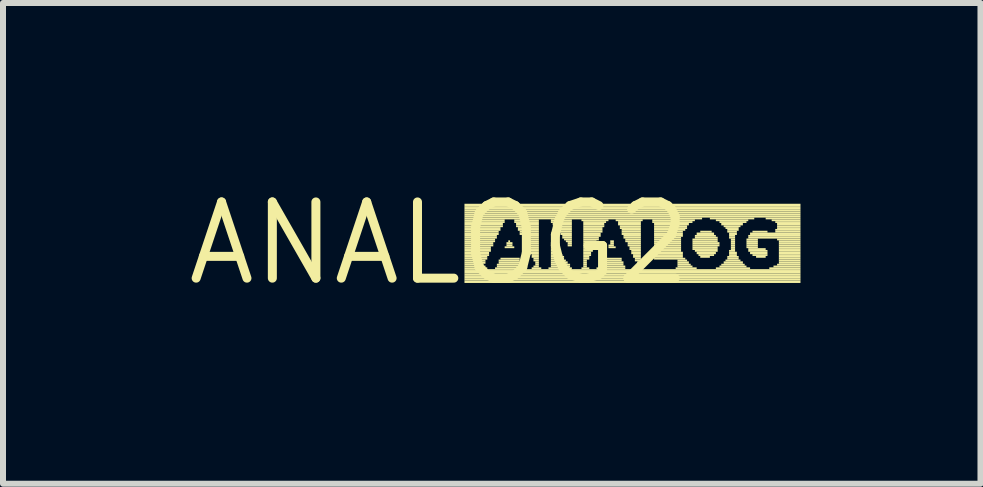
<source format=kicad_pcb>
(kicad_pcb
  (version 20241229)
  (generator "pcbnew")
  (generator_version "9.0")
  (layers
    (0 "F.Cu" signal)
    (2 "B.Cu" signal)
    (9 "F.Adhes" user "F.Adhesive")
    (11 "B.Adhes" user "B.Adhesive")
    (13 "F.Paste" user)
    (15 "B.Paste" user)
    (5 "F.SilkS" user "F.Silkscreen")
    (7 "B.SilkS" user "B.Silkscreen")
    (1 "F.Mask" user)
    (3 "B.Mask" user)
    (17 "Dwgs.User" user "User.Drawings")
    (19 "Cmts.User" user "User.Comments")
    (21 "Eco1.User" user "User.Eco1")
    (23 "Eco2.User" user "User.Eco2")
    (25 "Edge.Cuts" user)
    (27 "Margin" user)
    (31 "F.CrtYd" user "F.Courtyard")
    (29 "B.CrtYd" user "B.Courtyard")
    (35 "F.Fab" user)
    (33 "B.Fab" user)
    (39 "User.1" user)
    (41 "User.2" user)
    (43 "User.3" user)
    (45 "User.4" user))
  (footprint "ANALOG2"
    (layer "F.Cu")
    (at 4.271 1.006)
    (property "Reference" "ANALOG2" (at 0 0 0) (layer "F.SilkS") (effects (font (size 1.27 1.27) (thickness 0.15))))
    (fp_poly (pts (xy 0.42 -0.62) (xy 6.02 -0.62) (xy 6.02 -0.66) (xy 0.42 -0.66)) (stroke (width 0) (type default)) (fill yes) (layer "F.SilkS"))
    (fp_poly (pts (xy 0.42 -0.59) (xy 6.02 -0.59) (xy 6.02 -0.62) (xy 0.42 -0.62)) (stroke (width 0) (type default)) (fill yes) (layer "F.SilkS"))
    (fp_poly (pts (xy 0.42 -0.56) (xy 6.02 -0.56) (xy 6.02 -0.59) (xy 0.42 -0.59)) (stroke (width 0) (type default)) (fill yes) (layer "F.SilkS"))
    (fp_poly (pts (xy 0.42 -0.53) (xy 6.02 -0.53) (xy 6.02 -0.56) (xy 0.42 -0.56)) (stroke (width 0) (type default)) (fill yes) (layer "F.SilkS"))
    (fp_poly (pts (xy 0.42 -0.5) (xy 6.02 -0.5) (xy 6.02 -0.53) (xy 0.42 -0.53)) (stroke (width 0) (type default)) (fill yes) (layer "F.SilkS"))
    (fp_poly (pts (xy 0.42 -0.46) (xy 6.02 -0.46) (xy 6.02 -0.5) (xy 0.42 -0.5)) (stroke (width 0) (type default)) (fill yes) (layer "F.SilkS"))
    (fp_poly (pts (xy 0.42 -0.43) (xy 6.02 -0.43) (xy 6.02 -0.46) (xy 0.42 -0.46)) (stroke (width 0) (type default)) (fill yes) (layer "F.SilkS"))
    (fp_poly (pts (xy 0.42 -0.4) (xy 4.38 -0.4) (xy 4.38 -0.43) (xy 0.42 -0.43)) (stroke (width 0) (type default)) (fill yes) (layer "F.SilkS"))
    (fp_poly (pts (xy 0.42 -0.37) (xy 1.09 -0.37) (xy 1.09 -0.4) (xy 0.42 -0.4)) (stroke (width 0) (type default)) (fill yes) (layer "F.SilkS"))
    (fp_poly (pts (xy 0.42 -0.34) (xy 1.09 -0.34) (xy 1.09 -0.37) (xy 0.42 -0.37)) (stroke (width 0) (type default)) (fill yes) (layer "F.SilkS"))
    (fp_poly (pts (xy 0.42 -0.3) (xy 1.06 -0.3) (xy 1.06 -0.34) (xy 0.42 -0.34)) (stroke (width 0) (type default)) (fill yes) (layer "F.SilkS"))
    (fp_poly (pts (xy 0.42 -0.27) (xy 1.06 -0.27) (xy 1.06 -0.3) (xy 0.42 -0.3)) (stroke (width 0) (type default)) (fill yes) (layer "F.SilkS"))
    (fp_poly (pts (xy 0.42 -0.24) (xy 1.02 -0.24) (xy 1.02 -0.27) (xy 0.42 -0.27)) (stroke (width 0) (type default)) (fill yes) (layer "F.SilkS"))
    (fp_poly (pts (xy 0.42 -0.21) (xy 1.02 -0.21) (xy 1.02 -0.24) (xy 0.42 -0.24)) (stroke (width 0) (type default)) (fill yes) (layer "F.SilkS"))
    (fp_poly (pts (xy 0.42 -0.18) (xy 0.99 -0.18) (xy 0.99 -0.21) (xy 0.42 -0.21)) (stroke (width 0) (type default)) (fill yes) (layer "F.SilkS"))
    (fp_poly (pts (xy 0.42 -0.14) (xy 0.99 -0.14) (xy 0.99 -0.18) (xy 0.42 -0.18)) (stroke (width 0) (type default)) (fill yes) (layer "F.SilkS"))
    (fp_poly (pts (xy 0.42 -0.11) (xy 0.96 -0.11) (xy 0.96 -0.14) (xy 0.42 -0.14)) (stroke (width 0) (type default)) (fill yes) (layer "F.SilkS"))
    (fp_poly (pts (xy 0.42 -0.08) (xy 0.96 -0.08) (xy 0.96 -0.11) (xy 0.42 -0.11)) (stroke (width 0) (type default)) (fill yes) (layer "F.SilkS"))
    (fp_poly (pts (xy 0.42 -0.05) (xy 0.93 -0.05) (xy 0.93 -0.08) (xy 0.42 -0.08)) (stroke (width 0) (type default)) (fill yes) (layer "F.SilkS"))
    (fp_poly (pts (xy 0.42 -0.02) (xy 0.93 -0.02) (xy 0.93 -0.05) (xy 0.42 -0.05)) (stroke (width 0) (type default)) (fill yes) (layer "F.SilkS"))
    (fp_poly (pts (xy 0.42 0.02) (xy 0.9 0.02) (xy 0.9 -0.02) (xy 0.42 -0.02)) (stroke (width 0) (type default)) (fill yes) (layer "F.SilkS"))
    (fp_poly (pts (xy 0.42 0.05) (xy 0.9 0.05) (xy 0.9 0.02) (xy 0.42 0.02)) (stroke (width 0) (type default)) (fill yes) (layer "F.SilkS"))
    (fp_poly (pts (xy 0.42 0.08) (xy 0.86 0.08) (xy 0.86 0.05) (xy 0.42 0.05)) (stroke (width 0) (type default)) (fill yes) (layer "F.SilkS"))
    (fp_poly (pts (xy 0.42 0.11) (xy 0.86 0.11) (xy 0.86 0.08) (xy 0.42 0.08)) (stroke (width 0) (type default)) (fill yes) (layer "F.SilkS"))
    (fp_poly (pts (xy 0.42 0.14) (xy 0.86 0.14) (xy 0.86 0.11) (xy 0.42 0.11)) (stroke (width 0) (type default)) (fill yes) (layer "F.SilkS"))
    (fp_poly (pts (xy 0.42 0.18) (xy 0.83 0.18) (xy 0.83 0.14) (xy 0.42 0.14)) (stroke (width 0) (type default)) (fill yes) (layer "F.SilkS"))
    (fp_poly (pts (xy 0.42 0.21) (xy 0.83 0.21) (xy 0.83 0.18) (xy 0.42 0.18)) (stroke (width 0) (type default)) (fill yes) (layer "F.SilkS"))
    (fp_poly (pts (xy 0.42 0.24) (xy 0.8 0.24) (xy 0.8 0.21) (xy 0.42 0.21)) (stroke (width 0) (type default)) (fill yes) (layer "F.SilkS"))
    (fp_poly (pts (xy 0.42 0.27) (xy 0.8 0.27) (xy 0.8 0.24) (xy 0.42 0.24)) (stroke (width 0) (type default)) (fill yes) (layer "F.SilkS"))
    (fp_poly (pts (xy 0.42 0.3) (xy 0.77 0.3) (xy 0.77 0.27) (xy 0.42 0.27)) (stroke (width 0) (type default)) (fill yes) (layer "F.SilkS"))
    (fp_poly (pts (xy 0.42 0.34) (xy 0.77 0.34) (xy 0.77 0.3) (xy 0.42 0.3)) (stroke (width 0) (type default)) (fill yes) (layer "F.SilkS"))
    (fp_poly (pts (xy 0.42 0.37) (xy 0.74 0.37) (xy 0.74 0.34) (xy 0.42 0.34)) (stroke (width 0) (type default)) (fill yes) (layer "F.SilkS"))
    (fp_poly (pts (xy 0.42 0.4) (xy 0.77 0.4) (xy 0.77 0.37) (xy 0.42 0.37)) (stroke (width 0) (type default)) (fill yes) (layer "F.SilkS"))
    (fp_poly (pts (xy 0.42 0.43) (xy 0.8 0.43) (xy 0.8 0.4) (xy 0.42 0.4)) (stroke (width 0) (type default)) (fill yes) (layer "F.SilkS"))
    (fp_poly (pts (xy 0.42 0.46) (xy 6.02 0.46) (xy 6.02 0.43) (xy 0.42 0.43)) (stroke (width 0) (type default)) (fill yes) (layer "F.SilkS"))
    (fp_poly (pts (xy 0.42 0.5) (xy 6.02 0.5) (xy 6.02 0.46) (xy 0.42 0.46)) (stroke (width 0) (type default)) (fill yes) (layer "F.SilkS"))
    (fp_poly (pts (xy 0.42 0.53) (xy 6.02 0.53) (xy 6.02 0.5) (xy 0.42 0.5)) (stroke (width 0) (type default)) (fill yes) (layer "F.SilkS"))
    (fp_poly (pts (xy 0.42 0.56) (xy 6.02 0.56) (xy 6.02 0.53) (xy 0.42 0.53)) (stroke (width 0) (type default)) (fill yes) (layer "F.SilkS"))
    (fp_poly (pts (xy 0.42 0.59) (xy 6.02 0.59) (xy 6.02 0.56) (xy 0.42 0.56)) (stroke (width 0) (type default)) (fill yes) (layer "F.SilkS"))
    (fp_poly (pts (xy 0.42 0.62) (xy 6.02 0.62) (xy 6.02 0.59) (xy 0.42 0.59)) (stroke (width 0) (type default)) (fill yes) (layer "F.SilkS"))
    (fp_poly (pts (xy 0.42 0.66) (xy 6.02 0.66) (xy 6.02 0.62) (xy 0.42 0.62)) (stroke (width 0) (type default)) (fill yes) (layer "F.SilkS"))
    (fp_poly (pts (xy 0.93 0.43) (xy 1.41 0.43) (xy 1.41 0.4) (xy 0.93 0.4)) (stroke (width 0) (type default)) (fill yes) (layer "F.SilkS"))
    (fp_poly (pts (xy 0.96 0.37) (xy 1.38 0.37) (xy 1.38 0.34) (xy 0.96 0.34)) (stroke (width 0) (type default)) (fill yes) (layer "F.SilkS"))
    (fp_poly (pts (xy 0.96 0.4) (xy 1.41 0.4) (xy 1.41 0.37) (xy 0.96 0.37)) (stroke (width 0) (type default)) (fill yes) (layer "F.SilkS"))
    (fp_poly (pts (xy 0.99 0.3) (xy 1.34 0.3) (xy 1.34 0.27) (xy 0.99 0.27)) (stroke (width 0) (type default)) (fill yes) (layer "F.SilkS"))
    (fp_poly (pts (xy 0.99 0.34) (xy 1.38 0.34) (xy 1.38 0.3) (xy 0.99 0.3)) (stroke (width 0) (type default)) (fill yes) (layer "F.SilkS"))
    (fp_poly (pts (xy 1.02 0.27) (xy 1.34 0.27) (xy 1.34 0.24) (xy 1.02 0.24)) (stroke (width 0) (type default)) (fill yes) (layer "F.SilkS"))
    (fp_poly (pts (xy 1.09 0.08) (xy 1.25 0.08) (xy 1.25 0.05) (xy 1.09 0.05)) (stroke (width 0) (type default)) (fill yes) (layer "F.SilkS"))
    (fp_poly (pts (xy 1.12 0.02) (xy 1.22 0.02) (xy 1.22 -0.02) (xy 1.12 -0.02)) (stroke (width 0) (type default)) (fill yes) (layer "F.SilkS"))
    (fp_poly (pts (xy 1.12 0.05) (xy 1.22 0.05) (xy 1.22 0.02) (xy 1.12 0.02)) (stroke (width 0) (type default)) (fill yes) (layer "F.SilkS"))
    (fp_poly (pts (xy 1.15 -0.02) (xy 1.18 -0.02) (xy 1.18 -0.05) (xy 1.15 -0.05)) (stroke (width 0) (type default)) (fill yes) (layer "F.SilkS"))
    (fp_poly (pts (xy 1.25 -0.37) (xy 1.66 -0.37) (xy 1.66 -0.4) (xy 1.25 -0.4)) (stroke (width 0) (type default)) (fill yes) (layer "F.SilkS"))
    (fp_poly (pts (xy 1.25 -0.34) (xy 1.66 -0.34) (xy 1.66 -0.37) (xy 1.25 -0.37)) (stroke (width 0) (type default)) (fill yes) (layer "F.SilkS"))
    (fp_poly (pts (xy 1.28 -0.3) (xy 1.66 -0.3) (xy 1.66 -0.34) (xy 1.28 -0.34)) (stroke (width 0) (type default)) (fill yes) (layer "F.SilkS"))
    (fp_poly (pts (xy 1.28 -0.27) (xy 1.66 -0.27) (xy 1.66 -0.3) (xy 1.28 -0.3)) (stroke (width 0) (type default)) (fill yes) (layer "F.SilkS"))
    (fp_poly (pts (xy 1.31 -0.24) (xy 1.66 -0.24) (xy 1.66 -0.27) (xy 1.31 -0.27)) (stroke (width 0) (type default)) (fill yes) (layer "F.SilkS"))
    (fp_poly (pts (xy 1.31 -0.21) (xy 1.66 -0.21) (xy 1.66 -0.24) (xy 1.31 -0.24)) (stroke (width 0) (type default)) (fill yes) (layer "F.SilkS"))
    (fp_poly (pts (xy 1.34 -0.18) (xy 1.66 -0.18) (xy 1.66 -0.21) (xy 1.34 -0.21)) (stroke (width 0) (type default)) (fill yes) (layer "F.SilkS"))
    (fp_poly (pts (xy 1.34 -0.14) (xy 1.66 -0.14) (xy 1.66 -0.18) (xy 1.34 -0.18)) (stroke (width 0) (type default)) (fill yes) (layer "F.SilkS"))
    (fp_poly (pts (xy 1.38 -0.11) (xy 1.66 -0.11) (xy 1.66 -0.14) (xy 1.38 -0.14)) (stroke (width 0) (type default)) (fill yes) (layer "F.SilkS"))
    (fp_poly (pts (xy 1.38 -0.08) (xy 1.66 -0.08) (xy 1.66 -0.11) (xy 1.38 -0.11)) (stroke (width 0) (type default)) (fill yes) (layer "F.SilkS"))
    (fp_poly (pts (xy 1.41 -0.05) (xy 1.66 -0.05) (xy 1.66 -0.08) (xy 1.41 -0.08)) (stroke (width 0) (type default)) (fill yes) (layer "F.SilkS"))
    (fp_poly (pts (xy 1.41 -0.02) (xy 1.66 -0.02) (xy 1.66 -0.05) (xy 1.41 -0.05)) (stroke (width 0) (type default)) (fill yes) (layer "F.SilkS"))
    (fp_poly (pts (xy 1.44 0.02) (xy 1.66 0.02) (xy 1.66 -0.02) (xy 1.44 -0.02)) (stroke (width 0) (type default)) (fill yes) (layer "F.SilkS"))
    (fp_poly (pts (xy 1.44 0.05) (xy 1.66 0.05) (xy 1.66 0.02) (xy 1.44 0.02)) (stroke (width 0) (type default)) (fill yes) (layer "F.SilkS"))
    (fp_poly (pts (xy 1.47 0.08) (xy 1.66 0.08) (xy 1.66 0.05) (xy 1.47 0.05)) (stroke (width 0) (type default)) (fill yes) (layer "F.SilkS"))
    (fp_poly (pts (xy 1.47 0.11) (xy 1.66 0.11) (xy 1.66 0.08) (xy 1.47 0.08)) (stroke (width 0) (type default)) (fill yes) (layer "F.SilkS"))
    (fp_poly (pts (xy 1.5 0.14) (xy 1.66 0.14) (xy 1.66 0.11) (xy 1.5 0.11)) (stroke (width 0) (type default)) (fill yes) (layer "F.SilkS"))
    (fp_poly (pts (xy 1.5 0.18) (xy 1.66 0.18) (xy 1.66 0.14) (xy 1.5 0.14)) (stroke (width 0) (type default)) (fill yes) (layer "F.SilkS"))
    (fp_poly (pts (xy 1.54 0.21) (xy 1.66 0.21) (xy 1.66 0.18) (xy 1.54 0.18)) (stroke (width 0) (type default)) (fill yes) (layer "F.SilkS"))
    (fp_poly (pts (xy 1.54 0.24) (xy 1.66 0.24) (xy 1.66 0.21) (xy 1.54 0.21)) (stroke (width 0) (type default)) (fill yes) (layer "F.SilkS"))
    (fp_poly (pts (xy 1.54 0.43) (xy 1.7 0.43) (xy 1.7 0.4) (xy 1.54 0.4)) (stroke (width 0) (type default)) (fill yes) (layer "F.SilkS"))
    (fp_poly (pts (xy 1.57 0.27) (xy 1.66 0.27) (xy 1.66 0.24) (xy 1.57 0.24)) (stroke (width 0) (type default)) (fill yes) (layer "F.SilkS"))
    (fp_poly (pts (xy 1.57 0.3) (xy 1.66 0.3) (xy 1.66 0.27) (xy 1.57 0.27)) (stroke (width 0) (type default)) (fill yes) (layer "F.SilkS"))
    (fp_poly (pts (xy 1.57 0.4) (xy 1.66 0.4) (xy 1.66 0.37) (xy 1.57 0.37)) (stroke (width 0) (type default)) (fill yes) (layer "F.SilkS"))
    (fp_poly (pts (xy 1.6 0.34) (xy 1.66 0.34) (xy 1.66 0.3) (xy 1.6 0.3)) (stroke (width 0) (type default)) (fill yes) (layer "F.SilkS"))
    (fp_poly (pts (xy 1.6 0.37) (xy 1.66 0.37) (xy 1.66 0.34) (xy 1.6 0.34)) (stroke (width 0) (type default)) (fill yes) (layer "F.SilkS"))
    (fp_poly (pts (xy 1.82 0.43) (xy 2.21 0.43) (xy 2.21 0.4) (xy 1.82 0.4)) (stroke (width 0) (type default)) (fill yes) (layer "F.SilkS"))
    (fp_poly (pts (xy 1.86 -0.37) (xy 2.21 -0.37) (xy 2.21 -0.4) (xy 1.86 -0.4)) (stroke (width 0) (type default)) (fill yes) (layer "F.SilkS"))
    (fp_poly (pts (xy 1.86 -0.34) (xy 2.21 -0.34) (xy 2.21 -0.37) (xy 1.86 -0.37)) (stroke (width 0) (type default)) (fill yes) (layer "F.SilkS"))
    (fp_poly (pts (xy 1.86 0.02) (xy 1.89 0.02) (xy 1.89 -0.02) (xy 1.86 -0.02)) (stroke (width 0) (type default)) (fill yes) (layer "F.SilkS"))
    (fp_poly (pts (xy 1.86 0.05) (xy 1.92 0.05) (xy 1.92 0.02) (xy 1.86 0.02)) (stroke (width 0) (type default)) (fill yes) (layer "F.SilkS"))
    (fp_poly (pts (xy 1.86 0.08) (xy 1.95 0.08) (xy 1.95 0.05) (xy 1.86 0.05)) (stroke (width 0) (type default)) (fill yes) (layer "F.SilkS"))
    (fp_poly (pts (xy 1.86 0.11) (xy 1.98 0.11) (xy 1.98 0.08) (xy 1.86 0.08)) (stroke (width 0) (type default)) (fill yes) (layer "F.SilkS"))
    (fp_poly (pts (xy 1.86 0.14) (xy 1.98 0.14) (xy 1.98 0.11) (xy 1.86 0.11)) (stroke (width 0) (type default)) (fill yes) (layer "F.SilkS"))
    (fp_poly (pts (xy 1.86 0.18) (xy 2.02 0.18) (xy 2.02 0.14) (xy 1.86 0.14)) (stroke (width 0) (type default)) (fill yes) (layer "F.SilkS"))
    (fp_poly (pts (xy 1.86 0.21) (xy 2.05 0.21) (xy 2.05 0.18) (xy 1.86 0.18)) (stroke (width 0) (type default)) (fill yes) (layer "F.SilkS"))
    (fp_poly (pts (xy 1.86 0.24) (xy 2.08 0.24) (xy 2.08 0.21) (xy 1.86 0.21)) (stroke (width 0) (type default)) (fill yes) (layer "F.SilkS"))
    (fp_poly (pts (xy 1.86 0.27) (xy 2.08 0.27) (xy 2.08 0.24) (xy 1.86 0.24)) (stroke (width 0) (type default)) (fill yes) (layer "F.SilkS"))
    (fp_poly (pts (xy 1.86 0.3) (xy 2.11 0.3) (xy 2.11 0.27) (xy 1.86 0.27)) (stroke (width 0) (type default)) (fill yes) (layer "F.SilkS"))
    (fp_poly (pts (xy 1.86 0.34) (xy 2.14 0.34) (xy 2.14 0.3) (xy 1.86 0.3)) (stroke (width 0) (type default)) (fill yes) (layer "F.SilkS"))
    (fp_poly (pts (xy 1.86 0.37) (xy 2.18 0.37) (xy 2.18 0.34) (xy 1.86 0.34)) (stroke (width 0) (type default)) (fill yes) (layer "F.SilkS"))
    (fp_poly (pts (xy 1.86 0.4) (xy 2.18 0.4) (xy 2.18 0.37) (xy 1.86 0.37)) (stroke (width 0) (type default)) (fill yes) (layer "F.SilkS"))
    (fp_poly (pts (xy 1.89 -0.3) (xy 2.21 -0.3) (xy 2.21 -0.34) (xy 1.89 -0.34)) (stroke (width 0) (type default)) (fill yes) (layer "F.SilkS"))
    (fp_poly (pts (xy 1.92 -0.27) (xy 2.21 -0.27) (xy 2.21 -0.3) (xy 1.92 -0.3)) (stroke (width 0) (type default)) (fill yes) (layer "F.SilkS"))
    (fp_poly (pts (xy 1.95 -0.24) (xy 2.21 -0.24) (xy 2.21 -0.27) (xy 1.95 -0.27)) (stroke (width 0) (type default)) (fill yes) (layer "F.SilkS"))
    (fp_poly (pts (xy 1.95 -0.21) (xy 2.21 -0.21) (xy 2.21 -0.24) (xy 1.95 -0.24)) (stroke (width 0) (type default)) (fill yes) (layer "F.SilkS"))
    (fp_poly (pts (xy 1.98 -0.18) (xy 2.21 -0.18) (xy 2.21 -0.21) (xy 1.98 -0.21)) (stroke (width 0) (type default)) (fill yes) (layer "F.SilkS"))
    (fp_poly (pts (xy 2.02 -0.14) (xy 2.21 -0.14) (xy 2.21 -0.18) (xy 2.02 -0.18)) (stroke (width 0) (type default)) (fill yes) (layer "F.SilkS"))
    (fp_poly (pts (xy 2.05 -0.11) (xy 2.21 -0.11) (xy 2.21 -0.14) (xy 2.05 -0.14)) (stroke (width 0) (type default)) (fill yes) (layer "F.SilkS"))
    (fp_poly (pts (xy 2.05 -0.08) (xy 2.21 -0.08) (xy 2.21 -0.11) (xy 2.05 -0.11)) (stroke (width 0) (type default)) (fill yes) (layer "F.SilkS"))
    (fp_poly (pts (xy 2.08 -0.05) (xy 2.21 -0.05) (xy 2.21 -0.08) (xy 2.08 -0.08)) (stroke (width 0) (type default)) (fill yes) (layer "F.SilkS"))
    (fp_poly (pts (xy 2.11 -0.02) (xy 2.21 -0.02) (xy 2.21 -0.05) (xy 2.11 -0.05)) (stroke (width 0) (type default)) (fill yes) (layer "F.SilkS"))
    (fp_poly (pts (xy 2.14 0.02) (xy 2.21 0.02) (xy 2.21 -0.02) (xy 2.14 -0.02)) (stroke (width 0) (type default)) (fill yes) (layer "F.SilkS"))
    (fp_poly (pts (xy 2.14 0.05) (xy 2.21 0.05) (xy 2.21 0.02) (xy 2.14 0.02)) (stroke (width 0) (type default)) (fill yes) (layer "F.SilkS"))
    (fp_poly (pts (xy 2.37 -0.37) (xy 2.82 -0.37) (xy 2.82 -0.4) (xy 2.37 -0.4)) (stroke (width 0) (type default)) (fill yes) (layer "F.SilkS"))
    (fp_poly (pts (xy 2.37 0.43) (xy 2.5 0.43) (xy 2.5 0.4) (xy 2.37 0.4)) (stroke (width 0) (type default)) (fill yes) (layer "F.SilkS"))
    (fp_poly (pts (xy 2.4 -0.34) (xy 2.78 -0.34) (xy 2.78 -0.37) (xy 2.4 -0.37)) (stroke (width 0) (type default)) (fill yes) (layer "F.SilkS"))
    (fp_poly (pts (xy 2.4 -0.3) (xy 2.75 -0.3) (xy 2.75 -0.34) (xy 2.4 -0.34)) (stroke (width 0) (type default)) (fill yes) (layer "F.SilkS"))
    (fp_poly (pts (xy 2.4 -0.27) (xy 2.75 -0.27) (xy 2.75 -0.3) (xy 2.4 -0.3)) (stroke (width 0) (type default)) (fill yes) (layer "F.SilkS"))
    (fp_poly (pts (xy 2.4 -0.24) (xy 2.72 -0.24) (xy 2.72 -0.27) (xy 2.4 -0.27)) (stroke (width 0) (type default)) (fill yes) (layer "F.SilkS"))
    (fp_poly (pts (xy 2.4 -0.21) (xy 2.72 -0.21) (xy 2.72 -0.24) (xy 2.4 -0.24)) (stroke (width 0) (type default)) (fill yes) (layer "F.SilkS"))
    (fp_poly (pts (xy 2.4 -0.18) (xy 2.72 -0.18) (xy 2.72 -0.21) (xy 2.4 -0.21)) (stroke (width 0) (type default)) (fill yes) (layer "F.SilkS"))
    (fp_poly (pts (xy 2.4 -0.14) (xy 2.69 -0.14) (xy 2.69 -0.18) (xy 2.4 -0.18)) (stroke (width 0) (type default)) (fill yes) (layer "F.SilkS"))
    (fp_poly (pts (xy 2.4 -0.11) (xy 2.69 -0.11) (xy 2.69 -0.14) (xy 2.4 -0.14)) (stroke (width 0) (type default)) (fill yes) (layer "F.SilkS"))
    (fp_poly (pts (xy 2.4 -0.08) (xy 2.66 -0.08) (xy 2.66 -0.11) (xy 2.4 -0.11)) (stroke (width 0) (type default)) (fill yes) (layer "F.SilkS"))
    (fp_poly (pts (xy 2.4 -0.05) (xy 2.66 -0.05) (xy 2.66 -0.08) (xy 2.4 -0.08)) (stroke (width 0) (type default)) (fill yes) (layer "F.SilkS"))
    (fp_poly (pts (xy 2.4 -0.02) (xy 2.62 -0.02) (xy 2.62 -0.05) (xy 2.4 -0.05)) (stroke (width 0) (type default)) (fill yes) (layer "F.SilkS"))
    (fp_poly (pts (xy 2.4 0.02) (xy 2.62 0.02) (xy 2.62 -0.02) (xy 2.4 -0.02)) (stroke (width 0) (type default)) (fill yes) (layer "F.SilkS"))
    (fp_poly (pts (xy 2.4 0.05) (xy 2.59 0.05) (xy 2.59 0.02) (xy 2.4 0.02)) (stroke (width 0) (type default)) (fill yes) (layer "F.SilkS"))
    (fp_poly (pts (xy 2.4 0.08) (xy 2.59 0.08) (xy 2.59 0.05) (xy 2.4 0.05)) (stroke (width 0) (type default)) (fill yes) (layer "F.SilkS"))
    (fp_poly (pts (xy 2.4 0.11) (xy 2.56 0.11) (xy 2.56 0.08) (xy 2.4 0.08)) (stroke (width 0) (type default)) (fill yes) (layer "F.SilkS"))
    (fp_poly (pts (xy 2.4 0.14) (xy 2.56 0.14) (xy 2.56 0.11) (xy 2.4 0.11)) (stroke (width 0) (type default)) (fill yes) (layer "F.SilkS"))
    (fp_poly (pts (xy 2.4 0.18) (xy 2.53 0.18) (xy 2.53 0.14) (xy 2.4 0.14)) (stroke (width 0) (type default)) (fill yes) (layer "F.SilkS"))
    (fp_poly (pts (xy 2.4 0.21) (xy 2.53 0.21) (xy 2.53 0.18) (xy 2.4 0.18)) (stroke (width 0) (type default)) (fill yes) (layer "F.SilkS"))
    (fp_poly (pts (xy 2.4 0.24) (xy 2.5 0.24) (xy 2.5 0.21) (xy 2.4 0.21)) (stroke (width 0) (type default)) (fill yes) (layer "F.SilkS"))
    (fp_poly (pts (xy 2.4 0.27) (xy 2.5 0.27) (xy 2.5 0.24) (xy 2.4 0.24)) (stroke (width 0) (type default)) (fill yes) (layer "F.SilkS"))
    (fp_poly (pts (xy 2.4 0.3) (xy 2.46 0.3) (xy 2.46 0.27) (xy 2.4 0.27)) (stroke (width 0) (type default)) (fill yes) (layer "F.SilkS"))
    (fp_poly (pts (xy 2.4 0.34) (xy 2.46 0.34) (xy 2.46 0.3) (xy 2.4 0.3)) (stroke (width 0) (type default)) (fill yes) (layer "F.SilkS"))
    (fp_poly (pts (xy 2.4 0.37) (xy 2.46 0.37) (xy 2.46 0.34) (xy 2.4 0.34)) (stroke (width 0) (type default)) (fill yes) (layer "F.SilkS"))
    (fp_poly (pts (xy 2.4 0.4) (xy 2.46 0.4) (xy 2.46 0.37) (xy 2.4 0.37)) (stroke (width 0) (type default)) (fill yes) (layer "F.SilkS"))
    (fp_poly (pts (xy 2.62 0.43) (xy 3.1 0.43) (xy 3.1 0.4) (xy 2.62 0.4)) (stroke (width 0) (type default)) (fill yes) (layer "F.SilkS"))
    (fp_poly (pts (xy 2.66 0.37) (xy 3.07 0.37) (xy 3.07 0.34) (xy 2.66 0.34)) (stroke (width 0) (type default)) (fill yes) (layer "F.SilkS"))
    (fp_poly (pts (xy 2.66 0.4) (xy 3.1 0.4) (xy 3.1 0.37) (xy 2.66 0.37)) (stroke (width 0) (type default)) (fill yes) (layer "F.SilkS"))
    (fp_poly (pts (xy 2.69 0.3) (xy 3.04 0.3) (xy 3.04 0.27) (xy 2.69 0.27)) (stroke (width 0) (type default)) (fill yes) (layer "F.SilkS"))
    (fp_poly (pts (xy 2.69 0.34) (xy 3.07 0.34) (xy 3.07 0.3) (xy 2.69 0.3)) (stroke (width 0) (type default)) (fill yes) (layer "F.SilkS"))
    (fp_poly (pts (xy 2.72 0.27) (xy 3.04 0.27) (xy 3.04 0.24) (xy 2.72 0.24)) (stroke (width 0) (type default)) (fill yes) (layer "F.SilkS"))
    (fp_poly (pts (xy 2.82 0.05) (xy 2.91 0.05) (xy 2.91 0.02) (xy 2.82 0.02)) (stroke (width 0) (type default)) (fill yes) (layer "F.SilkS"))
    (fp_poly (pts (xy 2.82 0.08) (xy 2.94 0.08) (xy 2.94 0.05) (xy 2.82 0.05)) (stroke (width 0) (type default)) (fill yes) (layer "F.SilkS"))
    (fp_poly (pts (xy 2.85 -0.02) (xy 2.91 -0.02) (xy 2.91 -0.05) (xy 2.85 -0.05)) (stroke (width 0) (type default)) (fill yes) (layer "F.SilkS"))
    (fp_poly (pts (xy 2.85 0.02) (xy 2.91 0.02) (xy 2.91 -0.02) (xy 2.85 -0.02)) (stroke (width 0) (type default)) (fill yes) (layer "F.SilkS"))
    (fp_poly (pts (xy 2.94 -0.37) (xy 3.39 -0.37) (xy 3.39 -0.4) (xy 2.94 -0.4)) (stroke (width 0) (type default)) (fill yes) (layer "F.SilkS"))
    (fp_poly (pts (xy 2.98 -0.34) (xy 3.36 -0.34) (xy 3.36 -0.37) (xy 2.98 -0.37)) (stroke (width 0) (type default)) (fill yes) (layer "F.SilkS"))
    (fp_poly (pts (xy 2.98 -0.3) (xy 3.36 -0.3) (xy 3.36 -0.34) (xy 2.98 -0.34)) (stroke (width 0) (type default)) (fill yes) (layer "F.SilkS"))
    (fp_poly (pts (xy 3.01 -0.27) (xy 3.36 -0.27) (xy 3.36 -0.3) (xy 3.01 -0.3)) (stroke (width 0) (type default)) (fill yes) (layer "F.SilkS"))
    (fp_poly (pts (xy 3.01 -0.24) (xy 3.36 -0.24) (xy 3.36 -0.27) (xy 3.01 -0.27)) (stroke (width 0) (type default)) (fill yes) (layer "F.SilkS"))
    (fp_poly (pts (xy 3.04 -0.21) (xy 3.36 -0.21) (xy 3.36 -0.24) (xy 3.04 -0.24)) (stroke (width 0) (type default)) (fill yes) (layer "F.SilkS"))
    (fp_poly (pts (xy 3.04 -0.18) (xy 3.36 -0.18) (xy 3.36 -0.21) (xy 3.04 -0.21)) (stroke (width 0) (type default)) (fill yes) (layer "F.SilkS"))
    (fp_poly (pts (xy 3.04 -0.14) (xy 3.36 -0.14) (xy 3.36 -0.18) (xy 3.04 -0.18)) (stroke (width 0) (type default)) (fill yes) (layer "F.SilkS"))
    (fp_poly (pts (xy 3.07 -0.11) (xy 3.36 -0.11) (xy 3.36 -0.14) (xy 3.07 -0.14)) (stroke (width 0) (type default)) (fill yes) (layer "F.SilkS"))
    (fp_poly (pts (xy 3.07 -0.08) (xy 3.36 -0.08) (xy 3.36 -0.11) (xy 3.07 -0.11)) (stroke (width 0) (type default)) (fill yes) (layer "F.SilkS"))
    (fp_poly (pts (xy 3.1 -0.05) (xy 3.36 -0.05) (xy 3.36 -0.08) (xy 3.1 -0.08)) (stroke (width 0) (type default)) (fill yes) (layer "F.SilkS"))
    (fp_poly (pts (xy 3.1 -0.02) (xy 3.36 -0.02) (xy 3.36 -0.05) (xy 3.1 -0.05)) (stroke (width 0) (type default)) (fill yes) (layer "F.SilkS"))
    (fp_poly (pts (xy 3.14 0.02) (xy 3.36 0.02) (xy 3.36 -0.02) (xy 3.14 -0.02)) (stroke (width 0) (type default)) (fill yes) (layer "F.SilkS"))
    (fp_poly (pts (xy 3.14 0.05) (xy 3.36 0.05) (xy 3.36 0.02) (xy 3.14 0.02)) (stroke (width 0) (type default)) (fill yes) (layer "F.SilkS"))
    (fp_poly (pts (xy 3.17 0.08) (xy 3.36 0.08) (xy 3.36 0.05) (xy 3.17 0.05)) (stroke (width 0) (type default)) (fill yes) (layer "F.SilkS"))
    (fp_poly (pts (xy 3.17 0.11) (xy 3.36 0.11) (xy 3.36 0.08) (xy 3.17 0.08)) (stroke (width 0) (type default)) (fill yes) (layer "F.SilkS"))
    (fp_poly (pts (xy 3.2 0.14) (xy 3.36 0.14) (xy 3.36 0.11) (xy 3.2 0.11)) (stroke (width 0) (type default)) (fill yes) (layer "F.SilkS"))
    (fp_poly (pts (xy 3.2 0.18) (xy 3.36 0.18) (xy 3.36 0.14) (xy 3.2 0.14)) (stroke (width 0) (type default)) (fill yes) (layer "F.SilkS"))
    (fp_poly (pts (xy 3.23 0.21) (xy 3.36 0.21) (xy 3.36 0.18) (xy 3.23 0.18)) (stroke (width 0) (type default)) (fill yes) (layer "F.SilkS"))
    (fp_poly (pts (xy 3.23 0.24) (xy 3.36 0.24) (xy 3.36 0.21) (xy 3.23 0.21)) (stroke (width 0) (type default)) (fill yes) (layer "F.SilkS"))
    (fp_poly (pts (xy 3.23 0.43) (xy 3.39 0.43) (xy 3.39 0.4) (xy 3.23 0.4)) (stroke (width 0) (type default)) (fill yes) (layer "F.SilkS"))
    (fp_poly (pts (xy 3.26 0.27) (xy 3.36 0.27) (xy 3.36 0.24) (xy 3.26 0.24)) (stroke (width 0) (type default)) (fill yes) (layer "F.SilkS"))
    (fp_poly (pts (xy 3.26 0.3) (xy 3.36 0.3) (xy 3.36 0.27) (xy 3.26 0.27)) (stroke (width 0) (type default)) (fill yes) (layer "F.SilkS"))
    (fp_poly (pts (xy 3.3 0.34) (xy 3.36 0.34) (xy 3.36 0.3) (xy 3.3 0.3)) (stroke (width 0) (type default)) (fill yes) (layer "F.SilkS"))
    (fp_poly (pts (xy 3.3 0.37) (xy 3.36 0.37) (xy 3.36 0.34) (xy 3.3 0.34)) (stroke (width 0) (type default)) (fill yes) (layer "F.SilkS"))
    (fp_poly (pts (xy 3.3 0.4) (xy 3.39 0.4) (xy 3.39 0.37) (xy 3.3 0.37)) (stroke (width 0) (type default)) (fill yes) (layer "F.SilkS"))
    (fp_poly (pts (xy 3.55 -0.37) (xy 4.26 -0.37) (xy 4.26 -0.4) (xy 3.55 -0.4)) (stroke (width 0) (type default)) (fill yes) (layer "F.SilkS"))
    (fp_poly (pts (xy 3.55 -0.34) (xy 4.22 -0.34) (xy 4.22 -0.37) (xy 3.55 -0.37)) (stroke (width 0) (type default)) (fill yes) (layer "F.SilkS"))
    (fp_poly (pts (xy 3.58 -0.3) (xy 4.16 -0.3) (xy 4.16 -0.34) (xy 3.58 -0.34)) (stroke (width 0) (type default)) (fill yes) (layer "F.SilkS"))
    (fp_poly (pts (xy 3.58 -0.27) (xy 4.13 -0.27) (xy 4.13 -0.3) (xy 3.58 -0.3)) (stroke (width 0) (type default)) (fill yes) (layer "F.SilkS"))
    (fp_poly (pts (xy 3.58 -0.24) (xy 4.13 -0.24) (xy 4.13 -0.27) (xy 3.58 -0.27)) (stroke (width 0) (type default)) (fill yes) (layer "F.SilkS"))
    (fp_poly (pts (xy 3.58 -0.21) (xy 4.1 -0.21) (xy 4.1 -0.24) (xy 3.58 -0.24)) (stroke (width 0) (type default)) (fill yes) (layer "F.SilkS"))
    (fp_poly (pts (xy 3.58 -0.18) (xy 4.06 -0.18) (xy 4.06 -0.21) (xy 3.58 -0.21)) (stroke (width 0) (type default)) (fill yes) (layer "F.SilkS"))
    (fp_poly (pts (xy 3.58 -0.14) (xy 4.06 -0.14) (xy 4.06 -0.18) (xy 3.58 -0.18)) (stroke (width 0) (type default)) (fill yes) (layer "F.SilkS"))
    (fp_poly (pts (xy 3.58 -0.11) (xy 4.06 -0.11) (xy 4.06 -0.14) (xy 3.58 -0.14)) (stroke (width 0) (type default)) (fill yes) (layer "F.SilkS"))
    (fp_poly (pts (xy 3.58 -0.08) (xy 4.03 -0.08) (xy 4.03 -0.11) (xy 3.58 -0.11)) (stroke (width 0) (type default)) (fill yes) (layer "F.SilkS"))
    (fp_poly (pts (xy 3.58 -0.05) (xy 4.03 -0.05) (xy 4.03 -0.08) (xy 3.58 -0.08)) (stroke (width 0) (type default)) (fill yes) (layer "F.SilkS"))
    (fp_poly (pts (xy 3.58 -0.02) (xy 4.03 -0.02) (xy 4.03 -0.05) (xy 3.58 -0.05)) (stroke (width 0) (type default)) (fill yes) (layer "F.SilkS"))
    (fp_poly (pts (xy 3.58 0.02) (xy 4.03 0.02) (xy 4.03 -0.02) (xy 3.58 -0.02)) (stroke (width 0) (type default)) (fill yes) (layer "F.SilkS"))
    (fp_poly (pts (xy 3.58 0.05) (xy 4.03 0.05) (xy 4.03 0.02) (xy 3.58 0.02)) (stroke (width 0) (type default)) (fill yes) (layer "F.SilkS"))
    (fp_poly (pts (xy 3.58 0.08) (xy 4.03 0.08) (xy 4.03 0.05) (xy 3.58 0.05)) (stroke (width 0) (type default)) (fill yes) (layer "F.SilkS"))
    (fp_poly (pts (xy 3.58 0.11) (xy 4.03 0.11) (xy 4.03 0.08) (xy 3.58 0.08)) (stroke (width 0) (type default)) (fill yes) (layer "F.SilkS"))
    (fp_poly (pts (xy 3.58 0.14) (xy 4.03 0.14) (xy 4.03 0.11) (xy 3.58 0.11)) (stroke (width 0) (type default)) (fill yes) (layer "F.SilkS"))
    (fp_poly (pts (xy 3.58 0.18) (xy 4.06 0.18) (xy 4.06 0.14) (xy 3.58 0.14)) (stroke (width 0) (type default)) (fill yes) (layer "F.SilkS"))
    (fp_poly (pts (xy 3.58 0.21) (xy 4.06 0.21) (xy 4.06 0.18) (xy 3.58 0.18)) (stroke (width 0) (type default)) (fill yes) (layer "F.SilkS"))
    (fp_poly (pts (xy 3.58 0.24) (xy 4.06 0.24) (xy 4.06 0.21) (xy 3.58 0.21)) (stroke (width 0) (type default)) (fill yes) (layer "F.SilkS"))
    (fp_poly (pts (xy 3.58 0.27) (xy 4.1 0.27) (xy 4.1 0.24) (xy 3.58 0.24)) (stroke (width 0) (type default)) (fill yes) (layer "F.SilkS"))
    (fp_poly (pts (xy 3.94 0.43) (xy 4.29 0.43) (xy 4.29 0.4) (xy 3.94 0.4)) (stroke (width 0) (type default)) (fill yes) (layer "F.SilkS"))
    (fp_poly (pts (xy 3.97 0.3) (xy 4.13 0.3) (xy 4.13 0.27) (xy 3.97 0.27)) (stroke (width 0) (type default)) (fill yes) (layer "F.SilkS"))
    (fp_poly (pts (xy 3.97 0.34) (xy 4.16 0.34) (xy 4.16 0.3) (xy 3.97 0.3)) (stroke (width 0) (type default)) (fill yes) (layer "F.SilkS"))
    (fp_poly (pts (xy 3.97 0.37) (xy 4.19 0.37) (xy 4.19 0.34) (xy 3.97 0.34)) (stroke (width 0) (type default)) (fill yes) (layer "F.SilkS"))
    (fp_poly (pts (xy 3.97 0.4) (xy 4.22 0.4) (xy 4.22 0.37) (xy 3.97 0.37)) (stroke (width 0) (type default)) (fill yes) (layer "F.SilkS"))
    (fp_poly (pts (xy 4.22 -0.05) (xy 4.64 -0.05) (xy 4.64 -0.08) (xy 4.22 -0.08)) (stroke (width 0) (type default)) (fill yes) (layer "F.SilkS"))
    (fp_poly (pts (xy 4.22 -0.02) (xy 4.64 -0.02) (xy 4.64 -0.05) (xy 4.22 -0.05)) (stroke (width 0) (type default)) (fill yes) (layer "F.SilkS"))
    (fp_poly (pts (xy 4.22 0.02) (xy 4.67 0.02) (xy 4.67 -0.02) (xy 4.22 -0.02)) (stroke (width 0) (type default)) (fill yes) (layer "F.SilkS"))
    (fp_poly (pts (xy 4.22 0.05) (xy 4.67 0.05) (xy 4.67 0.02) (xy 4.22 0.02)) (stroke (width 0) (type default)) (fill yes) (layer "F.SilkS"))
    (fp_poly (pts (xy 4.22 0.08) (xy 4.64 0.08) (xy 4.64 0.05) (xy 4.22 0.05)) (stroke (width 0) (type default)) (fill yes) (layer "F.SilkS"))
    (fp_poly (pts (xy 4.22 0.11) (xy 4.64 0.11) (xy 4.64 0.08) (xy 4.22 0.08)) (stroke (width 0) (type default)) (fill yes) (layer "F.SilkS"))
    (fp_poly (pts (xy 4.26 -0.11) (xy 4.61 -0.11) (xy 4.61 -0.14) (xy 4.26 -0.14)) (stroke (width 0) (type default)) (fill yes) (layer "F.SilkS"))
    (fp_poly (pts (xy 4.26 -0.08) (xy 4.64 -0.08) (xy 4.64 -0.11) (xy 4.26 -0.11)) (stroke (width 0) (type default)) (fill yes) (layer "F.SilkS"))
    (fp_poly (pts (xy 4.26 0.14) (xy 4.64 0.14) (xy 4.64 0.11) (xy 4.26 0.11)) (stroke (width 0) (type default)) (fill yes) (layer "F.SilkS"))
    (fp_poly (pts (xy 4.29 -0.14) (xy 4.58 -0.14) (xy 4.58 -0.18) (xy 4.29 -0.18)) (stroke (width 0) (type default)) (fill yes) (layer "F.SilkS"))
    (fp_poly (pts (xy 4.29 0.18) (xy 4.61 0.18) (xy 4.61 0.14) (xy 4.29 0.14)) (stroke (width 0) (type default)) (fill yes) (layer "F.SilkS"))
    (fp_poly (pts (xy 4.32 0.21) (xy 4.58 0.21) (xy 4.58 0.18) (xy 4.32 0.18)) (stroke (width 0) (type default)) (fill yes) (layer "F.SilkS"))
    (fp_poly (pts (xy 4.35 -0.18) (xy 4.54 -0.18) (xy 4.54 -0.21) (xy 4.35 -0.21)) (stroke (width 0) (type default)) (fill yes) (layer "F.SilkS"))
    (fp_poly (pts (xy 4.35 0.24) (xy 4.51 0.24) (xy 4.51 0.21) (xy 4.35 0.21)) (stroke (width 0) (type default)) (fill yes) (layer "F.SilkS"))
    (fp_poly (pts (xy 4.51 -0.4) (xy 5.25 -0.4) (xy 5.25 -0.43) (xy 4.51 -0.43)) (stroke (width 0) (type default)) (fill yes) (layer "F.SilkS"))
    (fp_poly (pts (xy 4.61 -0.37) (xy 5.15 -0.37) (xy 5.15 -0.4) (xy 4.61 -0.4)) (stroke (width 0) (type default)) (fill yes) (layer "F.SilkS"))
    (fp_poly (pts (xy 4.61 0.43) (xy 5.18 0.43) (xy 5.18 0.4) (xy 4.61 0.4)) (stroke (width 0) (type default)) (fill yes) (layer "F.SilkS"))
    (fp_poly (pts (xy 4.67 -0.34) (xy 5.12 -0.34) (xy 5.12 -0.37) (xy 4.67 -0.37)) (stroke (width 0) (type default)) (fill yes) (layer "F.SilkS"))
    (fp_poly (pts (xy 4.67 0.4) (xy 5.12 0.4) (xy 5.12 0.37) (xy 4.67 0.37)) (stroke (width 0) (type default)) (fill yes) (layer "F.SilkS"))
    (fp_poly (pts (xy 4.7 -0.3) (xy 5.06 -0.3) (xy 5.06 -0.34) (xy 4.7 -0.34)) (stroke (width 0) (type default)) (fill yes) (layer "F.SilkS"))
    (fp_poly (pts (xy 4.7 0.37) (xy 5.09 0.37) (xy 5.09 0.34) (xy 4.7 0.34)) (stroke (width 0) (type default)) (fill yes) (layer "F.SilkS"))
    (fp_poly (pts (xy 4.74 -0.27) (xy 5.02 -0.27) (xy 5.02 -0.3) (xy 4.74 -0.3)) (stroke (width 0) (type default)) (fill yes) (layer "F.SilkS"))
    (fp_poly (pts (xy 4.74 0.34) (xy 5.06 0.34) (xy 5.06 0.3) (xy 4.74 0.3)) (stroke (width 0) (type default)) (fill yes) (layer "F.SilkS"))
    (fp_poly (pts (xy 4.77 -0.24) (xy 4.99 -0.24) (xy 4.99 -0.27) (xy 4.77 -0.27)) (stroke (width 0) (type default)) (fill yes) (layer "F.SilkS"))
    (fp_poly (pts (xy 4.77 0.3) (xy 5.02 0.3) (xy 5.02 0.27) (xy 4.77 0.27)) (stroke (width 0) (type default)) (fill yes) (layer "F.SilkS"))
    (fp_poly (pts (xy 4.8 -0.21) (xy 4.99 -0.21) (xy 4.99 -0.24) (xy 4.8 -0.24)) (stroke (width 0) (type default)) (fill yes) (layer "F.SilkS"))
    (fp_poly (pts (xy 4.8 -0.18) (xy 4.96 -0.18) (xy 4.96 -0.21) (xy 4.8 -0.21)) (stroke (width 0) (type default)) (fill yes) (layer "F.SilkS"))
    (fp_poly (pts (xy 4.8 0.24) (xy 4.99 0.24) (xy 4.99 0.21) (xy 4.8 0.21)) (stroke (width 0) (type default)) (fill yes) (layer "F.SilkS"))
    (fp_poly (pts (xy 4.8 0.27) (xy 4.99 0.27) (xy 4.99 0.24) (xy 4.8 0.24)) (stroke (width 0) (type default)) (fill yes) (layer "F.SilkS"))
    (fp_poly (pts (xy 4.83 -0.14) (xy 4.96 -0.14) (xy 4.96 -0.18) (xy 4.83 -0.18)) (stroke (width 0) (type default)) (fill yes) (layer "F.SilkS"))
    (fp_poly (pts (xy 4.83 -0.11) (xy 4.93 -0.11) (xy 4.93 -0.14) (xy 4.83 -0.14)) (stroke (width 0) (type default)) (fill yes) (layer "F.SilkS"))
    (fp_poly (pts (xy 4.83 -0.08) (xy 4.93 -0.08) (xy 4.93 -0.11) (xy 4.83 -0.11)) (stroke (width 0) (type default)) (fill yes) (layer "F.SilkS"))
    (fp_poly (pts (xy 4.83 0.14) (xy 4.93 0.14) (xy 4.93 0.11) (xy 4.83 0.11)) (stroke (width 0) (type default)) (fill yes) (layer "F.SilkS"))
    (fp_poly (pts (xy 4.83 0.18) (xy 4.96 0.18) (xy 4.96 0.14) (xy 4.83 0.14)) (stroke (width 0) (type default)) (fill yes) (layer "F.SilkS"))
    (fp_poly (pts (xy 4.83 0.21) (xy 4.96 0.21) (xy 4.96 0.18) (xy 4.83 0.18)) (stroke (width 0) (type default)) (fill yes) (layer "F.SilkS"))
    (fp_poly (pts (xy 4.86 -0.05) (xy 4.93 -0.05) (xy 4.93 -0.08) (xy 4.86 -0.08)) (stroke (width 0) (type default)) (fill yes) (layer "F.SilkS"))
    (fp_poly (pts (xy 4.86 -0.02) (xy 4.93 -0.02) (xy 4.93 -0.05) (xy 4.86 -0.05)) (stroke (width 0) (type default)) (fill yes) (layer "F.SilkS"))
    (fp_poly (pts (xy 4.86 0.02) (xy 4.93 0.02) (xy 4.93 -0.02) (xy 4.86 -0.02)) (stroke (width 0) (type default)) (fill yes) (layer "F.SilkS"))
    (fp_poly (pts (xy 4.86 0.05) (xy 4.93 0.05) (xy 4.93 0.02) (xy 4.86 0.02)) (stroke (width 0) (type default)) (fill yes) (layer "F.SilkS"))
    (fp_poly (pts (xy 4.86 0.08) (xy 4.93 0.08) (xy 4.93 0.05) (xy 4.86 0.05)) (stroke (width 0) (type default)) (fill yes) (layer "F.SilkS"))
    (fp_poly (pts (xy 4.86 0.11) (xy 4.93 0.11) (xy 4.93 0.08) (xy 4.86 0.08)) (stroke (width 0) (type default)) (fill yes) (layer "F.SilkS"))
    (fp_poly (pts (xy 5.12 -0.05) (xy 5.31 -0.05) (xy 5.31 -0.08) (xy 5.12 -0.08)) (stroke (width 0) (type default)) (fill yes) (layer "F.SilkS"))
    (fp_poly (pts (xy 5.12 -0.02) (xy 5.31 -0.02) (xy 5.31 -0.05) (xy 5.12 -0.05)) (stroke (width 0) (type default)) (fill yes) (layer "F.SilkS"))
    (fp_poly (pts (xy 5.12 0.02) (xy 5.31 0.02) (xy 5.31 -0.02) (xy 5.12 -0.02)) (stroke (width 0) (type default)) (fill yes) (layer "F.SilkS"))
    (fp_poly (pts (xy 5.12 0.05) (xy 5.31 0.05) (xy 5.31 0.02) (xy 5.12 0.02)) (stroke (width 0) (type default)) (fill yes) (layer "F.SilkS"))
    (fp_poly (pts (xy 5.12 0.08) (xy 5.31 0.08) (xy 5.31 0.05) (xy 5.12 0.05)) (stroke (width 0) (type default)) (fill yes) (layer "F.SilkS"))
    (fp_poly (pts (xy 5.15 -0.11) (xy 6.02 -0.11) (xy 6.02 -0.14) (xy 5.15 -0.14)) (stroke (width 0) (type default)) (fill yes) (layer "F.SilkS"))
    (fp_poly (pts (xy 5.15 -0.08) (xy 6.02 -0.08) (xy 6.02 -0.11) (xy 5.15 -0.11)) (stroke (width 0) (type default)) (fill yes) (layer "F.SilkS"))
    (fp_poly (pts (xy 5.15 0.11) (xy 5.44 0.11) (xy 5.44 0.08) (xy 5.15 0.08)) (stroke (width 0) (type default)) (fill yes) (layer "F.SilkS"))
    (fp_poly (pts (xy 5.15 0.14) (xy 5.47 0.14) (xy 5.47 0.11) (xy 5.15 0.11)) (stroke (width 0) (type default)) (fill yes) (layer "F.SilkS"))
    (fp_poly (pts (xy 5.18 -0.14) (xy 6.02 -0.14) (xy 6.02 -0.18) (xy 5.18 -0.18)) (stroke (width 0) (type default)) (fill yes) (layer "F.SilkS"))
    (fp_poly (pts (xy 5.18 0.18) (xy 5.47 0.18) (xy 5.47 0.14) (xy 5.18 0.14)) (stroke (width 0) (type default)) (fill yes) (layer "F.SilkS"))
    (fp_poly (pts (xy 5.22 -0.18) (xy 5.47 -0.18) (xy 5.47 -0.21) (xy 5.22 -0.21)) (stroke (width 0) (type default)) (fill yes) (layer "F.SilkS"))
    (fp_poly (pts (xy 5.22 0.21) (xy 5.47 0.21) (xy 5.47 0.18) (xy 5.22 0.18)) (stroke (width 0) (type default)) (fill yes) (layer "F.SilkS"))
    (fp_poly (pts (xy 5.28 0.24) (xy 5.44 0.24) (xy 5.44 0.21) (xy 5.28 0.21)) (stroke (width 0) (type default)) (fill yes) (layer "F.SilkS"))
    (fp_poly (pts (xy 5.44 -0.4) (xy 6.02 -0.4) (xy 6.02 -0.43) (xy 5.44 -0.43)) (stroke (width 0) (type default)) (fill yes) (layer "F.SilkS"))
    (fp_poly (pts (xy 5.5 0.43) (xy 6.02 0.43) (xy 6.02 0.4) (xy 5.5 0.4)) (stroke (width 0) (type default)) (fill yes) (layer "F.SilkS"))
    (fp_poly (pts (xy 5.54 -0.37) (xy 6.02 -0.37) (xy 6.02 -0.4) (xy 5.54 -0.4)) (stroke (width 0) (type default)) (fill yes) (layer "F.SilkS"))
    (fp_poly (pts (xy 5.57 0.4) (xy 6.02 0.4) (xy 6.02 0.37) (xy 5.57 0.37)) (stroke (width 0) (type default)) (fill yes) (layer "F.SilkS"))
    (fp_poly (pts (xy 5.6 -0.34) (xy 6.02 -0.34) (xy 6.02 -0.37) (xy 5.6 -0.37)) (stroke (width 0) (type default)) (fill yes) (layer "F.SilkS"))
    (fp_poly (pts (xy 5.6 -0.21) (xy 6.02 -0.21) (xy 6.02 -0.24) (xy 5.6 -0.24)) (stroke (width 0) (type default)) (fill yes) (layer "F.SilkS"))
    (fp_poly (pts (xy 5.6 -0.18) (xy 6.02 -0.18) (xy 6.02 -0.21) (xy 5.6 -0.21)) (stroke (width 0) (type default)) (fill yes) (layer "F.SilkS"))
    (fp_poly (pts (xy 5.63 -0.3) (xy 6.02 -0.3) (xy 6.02 -0.34) (xy 5.63 -0.34)) (stroke (width 0) (type default)) (fill yes) (layer "F.SilkS"))
    (fp_poly (pts (xy 5.63 -0.27) (xy 6.02 -0.27) (xy 6.02 -0.3) (xy 5.63 -0.3)) (stroke (width 0) (type default)) (fill yes) (layer "F.SilkS"))
    (fp_poly (pts (xy 5.63 -0.24) (xy 6.02 -0.24) (xy 6.02 -0.27) (xy 5.63 -0.27)) (stroke (width 0) (type default)) (fill yes) (layer "F.SilkS"))
    (fp_poly (pts (xy 5.63 -0.05) (xy 6.02 -0.05) (xy 6.02 -0.08) (xy 5.63 -0.08)) (stroke (width 0) (type default)) (fill yes) (layer "F.SilkS"))
    (fp_poly (pts (xy 5.63 0.37) (xy 6.02 0.37) (xy 6.02 0.34) (xy 5.63 0.34)) (stroke (width 0) (type default)) (fill yes) (layer "F.SilkS"))
    (fp_poly (pts (xy 5.66 -0.02) (xy 6.02 -0.02) (xy 6.02 -0.05) (xy 5.66 -0.05)) (stroke (width 0) (type default)) (fill yes) (layer "F.SilkS"))
    (fp_poly (pts (xy 5.66 0.02) (xy 6.02 0.02) (xy 6.02 -0.02) (xy 5.66 -0.02)) (stroke (width 0) (type default)) (fill yes) (layer "F.SilkS"))
    (fp_poly (pts (xy 5.66 0.05) (xy 6.02 0.05) (xy 6.02 0.02) (xy 5.66 0.02)) (stroke (width 0) (type default)) (fill yes) (layer "F.SilkS"))
    (fp_poly (pts (xy 5.66 0.08) (xy 6.02 0.08) (xy 6.02 0.05) (xy 5.66 0.05)) (stroke (width 0) (type default)) (fill yes) (layer "F.SilkS"))
    (fp_poly (pts (xy 5.66 0.11) (xy 6.02 0.11) (xy 6.02 0.08) (xy 5.66 0.08)) (stroke (width 0) (type default)) (fill yes) (layer "F.SilkS"))
    (fp_poly (pts (xy 5.66 0.14) (xy 6.02 0.14) (xy 6.02 0.11) (xy 5.66 0.11)) (stroke (width 0) (type default)) (fill yes) (layer "F.SilkS"))
    (fp_poly (pts (xy 5.66 0.18) (xy 6.02 0.18) (xy 6.02 0.14) (xy 5.66 0.14)) (stroke (width 0) (type default)) (fill yes) (layer "F.SilkS"))
    (fp_poly (pts (xy 5.66 0.21) (xy 6.02 0.21) (xy 6.02 0.18) (xy 5.66 0.18)) (stroke (width 0) (type default)) (fill yes) (layer "F.SilkS"))
    (fp_poly (pts (xy 5.66 0.24) (xy 6.02 0.24) (xy 6.02 0.21) (xy 5.66 0.21)) (stroke (width 0) (type default)) (fill yes) (layer "F.SilkS"))
    (fp_poly (pts (xy 5.66 0.27) (xy 6.02 0.27) (xy 6.02 0.24) (xy 5.66 0.24)) (stroke (width 0) (type default)) (fill yes) (layer "F.SilkS"))
    (fp_poly (pts (xy 5.66 0.3) (xy 6.02 0.3) (xy 6.02 0.27) (xy 5.66 0.27)) (stroke (width 0) (type default)) (fill yes) (layer "F.SilkS"))
    (fp_poly (pts (xy 5.66 0.34) (xy 6.02 0.34) (xy 6.02 0.3) (xy 5.66 0.3)) (stroke (width 0) (type default)) (fill yes) (layer "F.SilkS")))
  (gr_rect
    (start -3 -3)
    (end 13.291 5.012)
    (stroke (width 0.1) (type default))
    (fill no)
    (layer "Edge.Cuts")))
</source>
